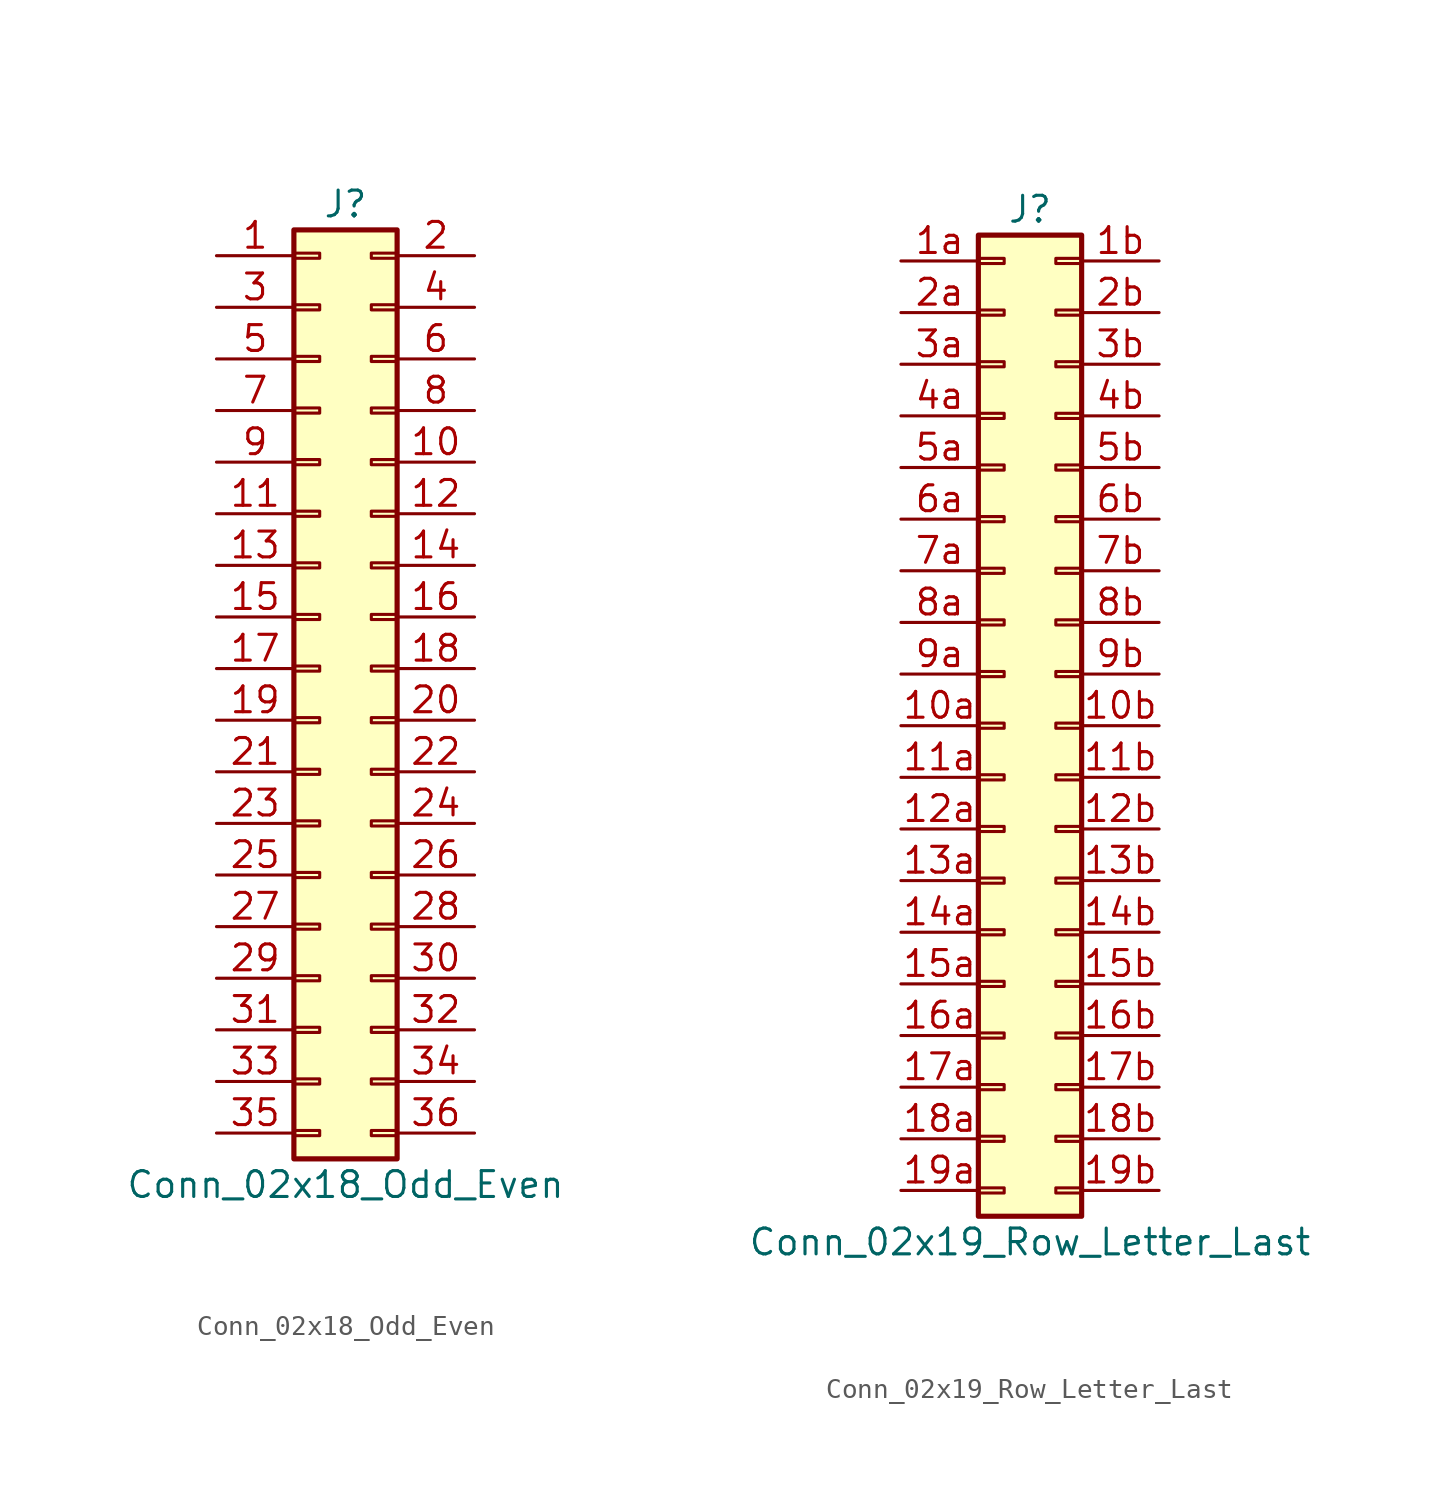
<source format=kicad_sym>
(kicad_symbol_lib
  (version 20211014)
  (generator kicad_symbol_editor)
  (symbol "Conn_02x18_Odd_Even"
    (pin_names
      (offset 1.016) hide)
    (property "Reference" "J"
      (at 1.27 22.86 0)
      (effects (font (size 1.27 1.27))))
    (property "Value" "Conn_02x18_Odd_Even"
      (at 1.27 -25.4 0)
      (effects (font (size 1.27 1.27))))
    (symbol "Conn_02x18_Odd_Even_1_1"
      (rectangle (start -1.27 -22.733) (end 0 -22.987) (stroke (width 0.152) (type default) (color 0 0 0 0)) (fill (type none)))
      (rectangle (start -1.27 -20.193) (end 0 -20.447) (stroke (width 0.152) (type default) (color 0 0 0 0)) (fill (type none)))
      (rectangle (start -1.27 -17.653) (end 0 -17.907) (stroke (width 0.152) (type default) (color 0 0 0 0)) (fill (type none)))
      (rectangle (start -1.27 -15.113) (end 0 -15.367) (stroke (width 0.152) (type default) (color 0 0 0 0)) (fill (type none)))
      (rectangle (start -1.27 -12.573) (end 0 -12.827) (stroke (width 0.152) (type default) (color 0 0 0 0)) (fill (type none)))
      (rectangle (start -1.27 -10.033) (end 0 -10.287) (stroke (width 0.152) (type default) (color 0 0 0 0)) (fill (type none)))
      (rectangle (start -1.27 -7.493) (end 0 -7.747) (stroke (width 0.152) (type default) (color 0 0 0 0)) (fill (type none)))
      (rectangle (start -1.27 -4.953) (end 0 -5.207) (stroke (width 0.152) (type default) (color 0 0 0 0)) (fill (type none)))
      (rectangle (start -1.27 -2.413) (end 0 -2.667) (stroke (width 0.152) (type default) (color 0 0 0 0)) (fill (type none)))
      (rectangle (start -1.27 0.127) (end 0 -0.127) (stroke (width 0.152) (type default) (color 0 0 0 0)) (fill (type none)))
      (rectangle (start -1.27 2.667) (end 0 2.413) (stroke (width 0.152) (type default) (color 0 0 0 0)) (fill (type none)))
      (rectangle (start -1.27 5.207) (end 0 4.953) (stroke (width 0.152) (type default) (color 0 0 0 0)) (fill (type none)))
      (rectangle (start -1.27 7.747) (end 0 7.493) (stroke (width 0.152) (type default) (color 0 0 0 0)) (fill (type none)))
      (rectangle (start -1.27 10.287) (end 0 10.033) (stroke (width 0.152) (type default) (color 0 0 0 0)) (fill (type none)))
      (rectangle (start -1.27 12.827) (end 0 12.573) (stroke (width 0.152) (type default) (color 0 0 0 0)) (fill (type none)))
      (rectangle (start -1.27 15.367) (end 0 15.113) (stroke (width 0.152) (type default) (color 0 0 0 0)) (fill (type none)))
      (rectangle (start -1.27 17.907) (end 0 17.653) (stroke (width 0.152) (type default) (color 0 0 0 0)) (fill (type none)))
      (rectangle (start -1.27 20.447) (end 0 20.193) (stroke (width 0.152) (type default) (color 0 0 0 0)) (fill (type none)))
      (rectangle (start -1.27 21.59) (end 3.81 -24.13) (stroke (width 0.254) (type default) (color 0 0 0 0)) (fill (type background)))
      (rectangle (start 3.81 -22.733) (end 2.54 -22.987) (stroke (width 0.152) (type default) (color 0 0 0 0)) (fill (type none)))
      (rectangle (start 3.81 -20.193) (end 2.54 -20.447) (stroke (width 0.152) (type default) (color 0 0 0 0)) (fill (type none)))
      (rectangle (start 3.81 -17.653) (end 2.54 -17.907) (stroke (width 0.152) (type default) (color 0 0 0 0)) (fill (type none)))
      (rectangle (start 3.81 -15.113) (end 2.54 -15.367) (stroke (width 0.152) (type default) (color 0 0 0 0)) (fill (type none)))
      (rectangle (start 3.81 -12.573) (end 2.54 -12.827) (stroke (width 0.152) (type default) (color 0 0 0 0)) (fill (type none)))
      (rectangle (start 3.81 -10.033) (end 2.54 -10.287) (stroke (width 0.152) (type default) (color 0 0 0 0)) (fill (type none)))
      (rectangle (start 3.81 -7.493) (end 2.54 -7.747) (stroke (width 0.152) (type default) (color 0 0 0 0)) (fill (type none)))
      (rectangle (start 3.81 -4.953) (end 2.54 -5.207) (stroke (width 0.152) (type default) (color 0 0 0 0)) (fill (type none)))
      (rectangle (start 3.81 -2.413) (end 2.54 -2.667) (stroke (width 0.152) (type default) (color 0 0 0 0)) (fill (type none)))
      (rectangle (start 3.81 0.127) (end 2.54 -0.127) (stroke (width 0.152) (type default) (color 0 0 0 0)) (fill (type none)))
      (rectangle (start 3.81 2.667) (end 2.54 2.413) (stroke (width 0.152) (type default) (color 0 0 0 0)) (fill (type none)))
      (rectangle (start 3.81 5.207) (end 2.54 4.953) (stroke (width 0.152) (type default) (color 0 0 0 0)) (fill (type none)))
      (rectangle (start 3.81 7.747) (end 2.54 7.493) (stroke (width 0.152) (type default) (color 0 0 0 0)) (fill (type none)))
      (rectangle (start 3.81 10.287) (end 2.54 10.033) (stroke (width 0.152) (type default) (color 0 0 0 0)) (fill (type none)))
      (rectangle (start 3.81 12.827) (end 2.54 12.573) (stroke (width 0.152) (type default) (color 0 0 0 0)) (fill (type none)))
      (rectangle (start 3.81 15.367) (end 2.54 15.113) (stroke (width 0.152) (type default) (color 0 0 0 0)) (fill (type none)))
      (rectangle (start 3.81 17.907) (end 2.54 17.653) (stroke (width 0.152) (type default) (color 0 0 0 0)) (fill (type none)))
      (rectangle (start 3.81 20.447) (end 2.54 20.193) (stroke (width 0.152) (type default) (color 0 0 0 0)) (fill (type none)))
      (pin passive line (at -5.08 20.32 0) (length 3.81) (name "Pin_1" (effects (font (size 1.27 1.27)))) (number "1" (effects (font (size 1.27 1.27)))))
      (pin passive line (at 7.62 10.16 180) (length 3.81) (name "Pin_10" (effects (font (size 1.27 1.27)))) (number "10" (effects (font (size 1.27 1.27)))))
      (pin passive line (at -5.08 7.62 0) (length 3.81) (name "Pin_11" (effects (font (size 1.27 1.27)))) (number "11" (effects (font (size 1.27 1.27)))))
      (pin passive line (at 7.62 7.62 180) (length 3.81) (name "Pin_12" (effects (font (size 1.27 1.27)))) (number "12" (effects (font (size 1.27 1.27)))))
      (pin passive line (at -5.08 5.08 0) (length 3.81) (name "Pin_13" (effects (font (size 1.27 1.27)))) (number "13" (effects (font (size 1.27 1.27)))))
      (pin passive line (at 7.62 5.08 180) (length 3.81) (name "Pin_14" (effects (font (size 1.27 1.27)))) (number "14" (effects (font (size 1.27 1.27)))))
      (pin passive line (at -5.08 2.54 0) (length 3.81) (name "Pin_15" (effects (font (size 1.27 1.27)))) (number "15" (effects (font (size 1.27 1.27)))))
      (pin passive line (at 7.62 2.54 180) (length 3.81) (name "Pin_16" (effects (font (size 1.27 1.27)))) (number "16" (effects (font (size 1.27 1.27)))))
      (pin passive line (at -5.08 0 0) (length 3.81) (name "Pin_17" (effects (font (size 1.27 1.27)))) (number "17" (effects (font (size 1.27 1.27)))))
      (pin passive line (at 7.62 0 180) (length 3.81) (name "Pin_18" (effects (font (size 1.27 1.27)))) (number "18" (effects (font (size 1.27 1.27)))))
      (pin passive line (at -5.08 -2.54 0) (length 3.81) (name "Pin_19" (effects (font (size 1.27 1.27)))) (number "19" (effects (font (size 1.27 1.27)))))
      (pin passive line (at 7.62 20.32 180) (length 3.81) (name "Pin_2" (effects (font (size 1.27 1.27)))) (number "2" (effects (font (size 1.27 1.27)))))
      (pin passive line (at 7.62 -2.54 180) (length 3.81) (name "Pin_20" (effects (font (size 1.27 1.27)))) (number "20" (effects (font (size 1.27 1.27)))))
      (pin passive line (at -5.08 -5.08 0) (length 3.81) (name "Pin_21" (effects (font (size 1.27 1.27)))) (number "21" (effects (font (size 1.27 1.27)))))
      (pin passive line (at 7.62 -5.08 180) (length 3.81) (name "Pin_22" (effects (font (size 1.27 1.27)))) (number "22" (effects (font (size 1.27 1.27)))))
      (pin passive line (at -5.08 -7.62 0) (length 3.81) (name "Pin_23" (effects (font (size 1.27 1.27)))) (number "23" (effects (font (size 1.27 1.27)))))
      (pin passive line (at 7.62 -7.62 180) (length 3.81) (name "Pin_24" (effects (font (size 1.27 1.27)))) (number "24" (effects (font (size 1.27 1.27)))))
      (pin passive line (at -5.08 -10.16 0) (length 3.81) (name "Pin_25" (effects (font (size 1.27 1.27)))) (number "25" (effects (font (size 1.27 1.27)))))
      (pin passive line (at 7.62 -10.16 180) (length 3.81) (name "Pin_26" (effects (font (size 1.27 1.27)))) (number "26" (effects (font (size 1.27 1.27)))))
      (pin passive line (at -5.08 -12.7 0) (length 3.81) (name "Pin_27" (effects (font (size 1.27 1.27)))) (number "27" (effects (font (size 1.27 1.27)))))
      (pin passive line (at 7.62 -12.7 180) (length 3.81) (name "Pin_28" (effects (font (size 1.27 1.27)))) (number "28" (effects (font (size 1.27 1.27)))))
      (pin passive line (at -5.08 -15.24 0) (length 3.81) (name "Pin_29" (effects (font (size 1.27 1.27)))) (number "29" (effects (font (size 1.27 1.27)))))
      (pin passive line (at -5.08 17.78 0) (length 3.81) (name "Pin_3" (effects (font (size 1.27 1.27)))) (number "3" (effects (font (size 1.27 1.27)))))
      (pin passive line (at 7.62 -15.24 180) (length 3.81) (name "Pin_30" (effects (font (size 1.27 1.27)))) (number "30" (effects (font (size 1.27 1.27)))))
      (pin passive line (at -5.08 -17.78 0) (length 3.81) (name "Pin_31" (effects (font (size 1.27 1.27)))) (number "31" (effects (font (size 1.27 1.27)))))
      (pin passive line (at 7.62 -17.78 180) (length 3.81) (name "Pin_32" (effects (font (size 1.27 1.27)))) (number "32" (effects (font (size 1.27 1.27)))))
      (pin passive line (at -5.08 -20.32 0) (length 3.81) (name "Pin_33" (effects (font (size 1.27 1.27)))) (number "33" (effects (font (size 1.27 1.27)))))
      (pin passive line (at 7.62 -20.32 180) (length 3.81) (name "Pin_34" (effects (font (size 1.27 1.27)))) (number "34" (effects (font (size 1.27 1.27)))))
      (pin passive line (at -5.08 -22.86 0) (length 3.81) (name "Pin_35" (effects (font (size 1.27 1.27)))) (number "35" (effects (font (size 1.27 1.27)))))
      (pin passive line (at 7.62 -22.86 180) (length 3.81) (name "Pin_36" (effects (font (size 1.27 1.27)))) (number "36" (effects (font (size 1.27 1.27)))))
      (pin passive line (at 7.62 17.78 180) (length 3.81) (name "Pin_4" (effects (font (size 1.27 1.27)))) (number "4" (effects (font (size 1.27 1.27)))))
      (pin passive line (at -5.08 15.24 0) (length 3.81) (name "Pin_5" (effects (font (size 1.27 1.27)))) (number "5" (effects (font (size 1.27 1.27)))))
      (pin passive line (at 7.62 15.24 180) (length 3.81) (name "Pin_6" (effects (font (size 1.27 1.27)))) (number "6" (effects (font (size 1.27 1.27)))))
      (pin passive line (at -5.08 12.7 0) (length 3.81) (name "Pin_7" (effects (font (size 1.27 1.27)))) (number "7" (effects (font (size 1.27 1.27)))))
      (pin passive line (at 7.62 12.7 180) (length 3.81) (name "Pin_8" (effects (font (size 1.27 1.27)))) (number "8" (effects (font (size 1.27 1.27)))))
      (pin passive line (at -5.08 10.16 0) (length 3.81) (name "Pin_9" (effects (font (size 1.27 1.27)))) (number "9" (effects (font (size 1.27 1.27)))))))
  (symbol "Conn_02x19_Row_Letter_Last"
    (pin_names
      (offset 1.016) hide)
    (property "Reference" "J"
      (at 1.27 25.4 0)
      (effects (font (size 1.27 1.27))))
    (property "Value" "Conn_02x19_Row_Letter_Last"
      (at 1.27 -25.4 0)
      (effects (font (size 1.27 1.27))))
    (symbol "Conn_02x19_Row_Letter_Last_1_1"
      (rectangle (start -1.27 -22.733) (end 0 -22.987) (stroke (width 0.152) (type default) (color 0 0 0 0)) (fill (type none)))
      (rectangle (start -1.27 -20.193) (end 0 -20.447) (stroke (width 0.152) (type default) (color 0 0 0 0)) (fill (type none)))
      (rectangle (start -1.27 -17.653) (end 0 -17.907) (stroke (width 0.152) (type default) (color 0 0 0 0)) (fill (type none)))
      (rectangle (start -1.27 -15.113) (end 0 -15.367) (stroke (width 0.152) (type default) (color 0 0 0 0)) (fill (type none)))
      (rectangle (start -1.27 -12.573) (end 0 -12.827) (stroke (width 0.152) (type default) (color 0 0 0 0)) (fill (type none)))
      (rectangle (start -1.27 -10.033) (end 0 -10.287) (stroke (width 0.152) (type default) (color 0 0 0 0)) (fill (type none)))
      (rectangle (start -1.27 -7.493) (end 0 -7.747) (stroke (width 0.152) (type default) (color 0 0 0 0)) (fill (type none)))
      (rectangle (start -1.27 -4.953) (end 0 -5.207) (stroke (width 0.152) (type default) (color 0 0 0 0)) (fill (type none)))
      (rectangle (start -1.27 -2.413) (end 0 -2.667) (stroke (width 0.152) (type default) (color 0 0 0 0)) (fill (type none)))
      (rectangle (start -1.27 0.127) (end 0 -0.127) (stroke (width 0.152) (type default) (color 0 0 0 0)) (fill (type none)))
      (rectangle (start -1.27 2.667) (end 0 2.413) (stroke (width 0.152) (type default) (color 0 0 0 0)) (fill (type none)))
      (rectangle (start -1.27 5.207) (end 0 4.953) (stroke (width 0.152) (type default) (color 0 0 0 0)) (fill (type none)))
      (rectangle (start -1.27 7.747) (end 0 7.493) (stroke (width 0.152) (type default) (color 0 0 0 0)) (fill (type none)))
      (rectangle (start -1.27 10.287) (end 0 10.033) (stroke (width 0.152) (type default) (color 0 0 0 0)) (fill (type none)))
      (rectangle (start -1.27 12.827) (end 0 12.573) (stroke (width 0.152) (type default) (color 0 0 0 0)) (fill (type none)))
      (rectangle (start -1.27 15.367) (end 0 15.113) (stroke (width 0.152) (type default) (color 0 0 0 0)) (fill (type none)))
      (rectangle (start -1.27 17.907) (end 0 17.653) (stroke (width 0.152) (type default) (color 0 0 0 0)) (fill (type none)))
      (rectangle (start -1.27 20.447) (end 0 20.193) (stroke (width 0.152) (type default) (color 0 0 0 0)) (fill (type none)))
      (rectangle (start -1.27 22.987) (end 0 22.733) (stroke (width 0.152) (type default) (color 0 0 0 0)) (fill (type none)))
      (rectangle (start -1.27 24.13) (end 3.81 -24.13) (stroke (width 0.254) (type default) (color 0 0 0 0)) (fill (type background)))
      (rectangle (start 3.81 -22.733) (end 2.54 -22.987) (stroke (width 0.152) (type default) (color 0 0 0 0)) (fill (type none)))
      (rectangle (start 3.81 -20.193) (end 2.54 -20.447) (stroke (width 0.152) (type default) (color 0 0 0 0)) (fill (type none)))
      (rectangle (start 3.81 -17.653) (end 2.54 -17.907) (stroke (width 0.152) (type default) (color 0 0 0 0)) (fill (type none)))
      (rectangle (start 3.81 -15.113) (end 2.54 -15.367) (stroke (width 0.152) (type default) (color 0 0 0 0)) (fill (type none)))
      (rectangle (start 3.81 -12.573) (end 2.54 -12.827) (stroke (width 0.152) (type default) (color 0 0 0 0)) (fill (type none)))
      (rectangle (start 3.81 -10.033) (end 2.54 -10.287) (stroke (width 0.152) (type default) (color 0 0 0 0)) (fill (type none)))
      (rectangle (start 3.81 -7.493) (end 2.54 -7.747) (stroke (width 0.152) (type default) (color 0 0 0 0)) (fill (type none)))
      (rectangle (start 3.81 -4.953) (end 2.54 -5.207) (stroke (width 0.152) (type default) (color 0 0 0 0)) (fill (type none)))
      (rectangle (start 3.81 -2.413) (end 2.54 -2.667) (stroke (width 0.152) (type default) (color 0 0 0 0)) (fill (type none)))
      (rectangle (start 3.81 0.127) (end 2.54 -0.127) (stroke (width 0.152) (type default) (color 0 0 0 0)) (fill (type none)))
      (rectangle (start 3.81 2.667) (end 2.54 2.413) (stroke (width 0.152) (type default) (color 0 0 0 0)) (fill (type none)))
      (rectangle (start 3.81 5.207) (end 2.54 4.953) (stroke (width 0.152) (type default) (color 0 0 0 0)) (fill (type none)))
      (rectangle (start 3.81 7.747) (end 2.54 7.493) (stroke (width 0.152) (type default) (color 0 0 0 0)) (fill (type none)))
      (rectangle (start 3.81 10.287) (end 2.54 10.033) (stroke (width 0.152) (type default) (color 0 0 0 0)) (fill (type none)))
      (rectangle (start 3.81 12.827) (end 2.54 12.573) (stroke (width 0.152) (type default) (color 0 0 0 0)) (fill (type none)))
      (rectangle (start 3.81 15.367) (end 2.54 15.113) (stroke (width 0.152) (type default) (color 0 0 0 0)) (fill (type none)))
      (rectangle (start 3.81 17.907) (end 2.54 17.653) (stroke (width 0.152) (type default) (color 0 0 0 0)) (fill (type none)))
      (rectangle (start 3.81 20.447) (end 2.54 20.193) (stroke (width 0.152) (type default) (color 0 0 0 0)) (fill (type none)))
      (rectangle (start 3.81 22.987) (end 2.54 22.733) (stroke (width 0.152) (type default) (color 0 0 0 0)) (fill (type none)))
      (pin passive line (at -5.08 0 0) (length 3.81) (name "Pin_10a" (effects (font (size 1.27 1.27)))) (number "10a" (effects (font (size 1.27 1.27)))))
      (pin passive line (at 7.62 0 180) (length 3.81) (name "Pin_10b" (effects (font (size 1.27 1.27)))) (number "10b" (effects (font (size 1.27 1.27)))))
      (pin passive line (at -5.08 -2.54 0) (length 3.81) (name "Pin_11a" (effects (font (size 1.27 1.27)))) (number "11a" (effects (font (size 1.27 1.27)))))
      (pin passive line (at 7.62 -2.54 180) (length 3.81) (name "Pin_11b" (effects (font (size 1.27 1.27)))) (number "11b" (effects (font (size 1.27 1.27)))))
      (pin passive line (at -5.08 -5.08 0) (length 3.81) (name "Pin_12a" (effects (font (size 1.27 1.27)))) (number "12a" (effects (font (size 1.27 1.27)))))
      (pin passive line (at 7.62 -5.08 180) (length 3.81) (name "Pin_12b" (effects (font (size 1.27 1.27)))) (number "12b" (effects (font (size 1.27 1.27)))))
      (pin passive line (at -5.08 -7.62 0) (length 3.81) (name "Pin_13a" (effects (font (size 1.27 1.27)))) (number "13a" (effects (font (size 1.27 1.27)))))
      (pin passive line (at 7.62 -7.62 180) (length 3.81) (name "Pin_13b" (effects (font (size 1.27 1.27)))) (number "13b" (effects (font (size 1.27 1.27)))))
      (pin passive line (at -5.08 -10.16 0) (length 3.81) (name "Pin_14a" (effects (font (size 1.27 1.27)))) (number "14a" (effects (font (size 1.27 1.27)))))
      (pin passive line (at 7.62 -10.16 180) (length 3.81) (name "Pin_14b" (effects (font (size 1.27 1.27)))) (number "14b" (effects (font (size 1.27 1.27)))))
      (pin passive line (at -5.08 -12.7 0) (length 3.81) (name "Pin_15a" (effects (font (size 1.27 1.27)))) (number "15a" (effects (font (size 1.27 1.27)))))
      (pin passive line (at 7.62 -12.7 180) (length 3.81) (name "Pin_15b" (effects (font (size 1.27 1.27)))) (number "15b" (effects (font (size 1.27 1.27)))))
      (pin passive line (at -5.08 -15.24 0) (length 3.81) (name "Pin_16a" (effects (font (size 1.27 1.27)))) (number "16a" (effects (font (size 1.27 1.27)))))
      (pin passive line (at 7.62 -15.24 180) (length 3.81) (name "Pin_16b" (effects (font (size 1.27 1.27)))) (number "16b" (effects (font (size 1.27 1.27)))))
      (pin passive line (at -5.08 -17.78 0) (length 3.81) (name "Pin_17a" (effects (font (size 1.27 1.27)))) (number "17a" (effects (font (size 1.27 1.27)))))
      (pin passive line (at 7.62 -17.78 180) (length 3.81) (name "Pin_17b" (effects (font (size 1.27 1.27)))) (number "17b" (effects (font (size 1.27 1.27)))))
      (pin passive line (at -5.08 -20.32 0) (length 3.81) (name "Pin_18a" (effects (font (size 1.27 1.27)))) (number "18a" (effects (font (size 1.27 1.27)))))
      (pin passive line (at 7.62 -20.32 180) (length 3.81) (name "Pin_18b" (effects (font (size 1.27 1.27)))) (number "18b" (effects (font (size 1.27 1.27)))))
      (pin passive line (at -5.08 -22.86 0) (length 3.81) (name "Pin_19a" (effects (font (size 1.27 1.27)))) (number "19a" (effects (font (size 1.27 1.27)))))
      (pin passive line (at 7.62 -22.86 180) (length 3.81) (name "Pin_19b" (effects (font (size 1.27 1.27)))) (number "19b" (effects (font (size 1.27 1.27)))))
      (pin passive line (at -5.08 22.86 0) (length 3.81) (name "Pin_1a" (effects (font (size 1.27 1.27)))) (number "1a" (effects (font (size 1.27 1.27)))))
      (pin passive line (at 7.62 22.86 180) (length 3.81) (name "Pin_1b" (effects (font (size 1.27 1.27)))) (number "1b" (effects (font (size 1.27 1.27)))))
      (pin passive line (at -5.08 20.32 0) (length 3.81) (name "Pin_2a" (effects (font (size 1.27 1.27)))) (number "2a" (effects (font (size 1.27 1.27)))))
      (pin passive line (at 7.62 20.32 180) (length 3.81) (name "Pin_2b" (effects (font (size 1.27 1.27)))) (number "2b" (effects (font (size 1.27 1.27)))))
      (pin passive line (at -5.08 17.78 0) (length 3.81) (name "Pin_3a" (effects (font (size 1.27 1.27)))) (number "3a" (effects (font (size 1.27 1.27)))))
      (pin passive line (at 7.62 17.78 180) (length 3.81) (name "Pin_3b" (effects (font (size 1.27 1.27)))) (number "3b" (effects (font (size 1.27 1.27)))))
      (pin passive line (at -5.08 15.24 0) (length 3.81) (name "Pin_4a" (effects (font (size 1.27 1.27)))) (number "4a" (effects (font (size 1.27 1.27)))))
      (pin passive line (at 7.62 15.24 180) (length 3.81) (name "Pin_4b" (effects (font (size 1.27 1.27)))) (number "4b" (effects (font (size 1.27 1.27)))))
      (pin passive line (at -5.08 12.7 0) (length 3.81) (name "Pin_5a" (effects (font (size 1.27 1.27)))) (number "5a" (effects (font (size 1.27 1.27)))))
      (pin passive line (at 7.62 12.7 180) (length 3.81) (name "Pin_5b" (effects (font (size 1.27 1.27)))) (number "5b" (effects (font (size 1.27 1.27)))))
      (pin passive line (at -5.08 10.16 0) (length 3.81) (name "Pin_6a" (effects (font (size 1.27 1.27)))) (number "6a" (effects (font (size 1.27 1.27)))))
      (pin passive line (at 7.62 10.16 180) (length 3.81) (name "Pin_6b" (effects (font (size 1.27 1.27)))) (number "6b" (effects (font (size 1.27 1.27)))))
      (pin passive line (at -5.08 7.62 0) (length 3.81) (name "Pin_7a" (effects (font (size 1.27 1.27)))) (number "7a" (effects (font (size 1.27 1.27)))))
      (pin passive line (at 7.62 7.62 180) (length 3.81) (name "Pin_7b" (effects (font (size 1.27 1.27)))) (number "7b" (effects (font (size 1.27 1.27)))))
      (pin passive line (at -5.08 5.08 0) (length 3.81) (name "Pin_8a" (effects (font (size 1.27 1.27)))) (number "8a" (effects (font (size 1.27 1.27)))))
      (pin passive line (at 7.62 5.08 180) (length 3.81) (name "Pin_8b" (effects (font (size 1.27 1.27)))) (number "8b" (effects (font (size 1.27 1.27)))))
      (pin passive line (at -5.08 2.54 0) (length 3.81) (name "Pin_9a" (effects (font (size 1.27 1.27)))) (number "9a" (effects (font (size 1.27 1.27)))))
      (pin passive line (at 7.62 2.54 180) (length 3.81) (name "Pin_9b" (effects (font (size 1.27 1.27)))) (number "9b" (effects (font (size 1.27 1.27))))))))
</source>
